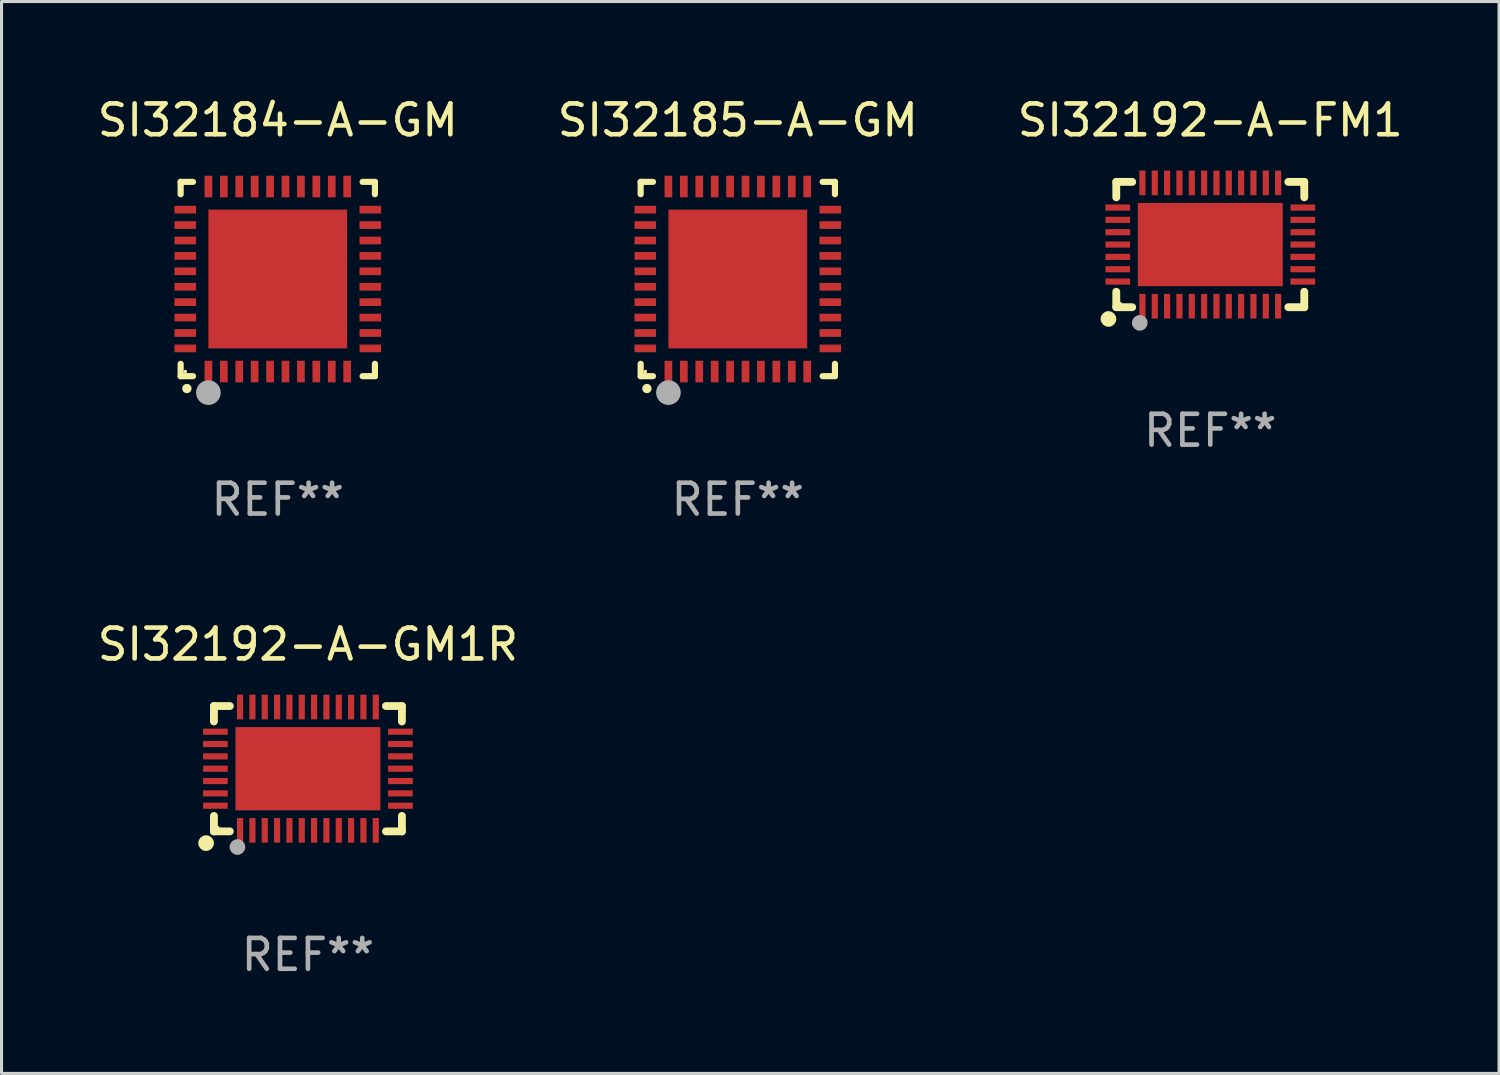
<source format=kicad_pcb>
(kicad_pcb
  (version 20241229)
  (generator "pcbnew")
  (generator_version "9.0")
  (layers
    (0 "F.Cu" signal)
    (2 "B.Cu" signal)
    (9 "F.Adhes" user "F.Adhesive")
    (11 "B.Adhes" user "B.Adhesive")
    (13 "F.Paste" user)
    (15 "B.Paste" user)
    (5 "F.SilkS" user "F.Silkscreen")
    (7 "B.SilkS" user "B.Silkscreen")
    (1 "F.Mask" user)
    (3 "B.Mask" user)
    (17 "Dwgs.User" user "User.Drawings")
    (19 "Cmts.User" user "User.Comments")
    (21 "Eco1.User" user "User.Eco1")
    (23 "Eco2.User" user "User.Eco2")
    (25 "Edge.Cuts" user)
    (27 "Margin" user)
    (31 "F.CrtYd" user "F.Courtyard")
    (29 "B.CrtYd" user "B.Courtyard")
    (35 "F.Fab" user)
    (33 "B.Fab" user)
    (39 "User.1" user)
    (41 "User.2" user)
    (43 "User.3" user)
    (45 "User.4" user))
  (footprint "SI32192-A-FM1"
    (layer "F.Cu")
    (at 36.196 4.88)
    (property "Reference" "SI32192-A-FM1" (at 0 -4.032 0) (layer "F.SilkS") (effects (font (size 1 1) (thickness 0.15))))
    (attr through_hole)
    (fp_line (start -3.048 -2.032) (end -3.048 -1.531) (stroke (width 0.254) (type solid)) (layer "F.SilkS"))
    (fp_line (start -3.048 1.531) (end -3.048 2.032) (stroke (width 0.254) (type solid)) (layer "F.SilkS"))
    (fp_line (start -3.048 2.032) (end -2.531 2.032) (stroke (width 0.254) (type solid)) (layer "F.SilkS"))
    (fp_line (start -2.531 -2.032) (end -3.048 -2.032) (stroke (width 0.254) (type solid)) (layer "F.SilkS"))
    (fp_line (start 2.531 2.032) (end 3.048 2.032) (stroke (width 0.254) (type solid)) (layer "F.SilkS"))
    (fp_line (start 3.048 -2.032) (end 2.531 -2.032) (stroke (width 0.254) (type solid)) (layer "F.SilkS"))
    (fp_line (start 3.048 -1.531) (end 3.048 -2.032) (stroke (width 0.254) (type solid)) (layer "F.SilkS"))
    (fp_line (start 3.048 2.032) (end 3.048 1.531) (stroke (width 0.254) (type solid)) (layer "F.SilkS"))
    (fp_circle (center -3.302 2.413) (end -3.175 2.413) (stroke (width 0.254) (type solid)) (fill no) (layer "F.SilkS"))
    (fp_circle (center -2.95 1.95) (end -2.9 1.95) (stroke (width 0.1) (type solid)) (fill no) (layer "F.SilkS"))
    (fp_circle (center -2.286 2.54) (end -2.159 2.54) (stroke (width 0.254) (type solid)) (fill no) (layer "F.Fab"))
    (fp_text user "REF**" (at 0 6.032 0) (layer "F.Fab") (effects (font (size 1 1) (thickness 0.15))))
    (pad "1" smd rect (at -2.2 2 90) (size 0.8 0.2) (layers "F.Cu" "F.Mask" "F.Paste"))
    (pad "2" smd rect (at -1.8 2 90) (size 0.8 0.2) (layers "F.Cu" "F.Mask" "F.Paste"))
    (pad "3" smd rect (at -1.4 2 90) (size 0.8 0.2) (layers "F.Cu" "F.Mask" "F.Paste"))
    (pad "4" smd rect (at -1 2 90) (size 0.8 0.2) (layers "F.Cu" "F.Mask" "F.Paste"))
    (pad "5" smd rect (at -0.6 2 90) (size 0.8 0.2) (layers "F.Cu" "F.Mask" "F.Paste"))
    (pad "6" smd rect (at -0.2 2 90) (size 0.8 0.2) (layers "F.Cu" "F.Mask" "F.Paste"))
    (pad "7" smd rect (at 0.2 2 90) (size 0.8 0.2) (layers "F.Cu" "F.Mask" "F.Paste"))
    (pad "8" smd rect (at 0.6 2 90) (size 0.8 0.2) (layers "F.Cu" "F.Mask" "F.Paste"))
    (pad "9" smd rect (at 1 2 90) (size 0.8 0.2) (layers "F.Cu" "F.Mask" "F.Paste"))
    (pad "10" smd rect (at 1.4 2 90) (size 0.8 0.2) (layers "F.Cu" "F.Mask" "F.Paste"))
    (pad "11" smd rect (at 1.8 2 90) (size 0.8 0.2) (layers "F.Cu" "F.Mask" "F.Paste"))
    (pad "12" smd rect (at 2.2 2 90) (size 0.8 0.2) (layers "F.Cu" "F.Mask" "F.Paste"))
    (pad "13" smd rect (at 3 1.2 180) (size 0.8 0.2) (layers "F.Cu" "F.Mask" "F.Paste"))
    (pad "14" smd rect (at 3 0.8 180) (size 0.8 0.2) (layers "F.Cu" "F.Mask" "F.Paste"))
    (pad "15" smd rect (at 3 0.4 180) (size 0.8 0.2) (layers "F.Cu" "F.Mask" "F.Paste"))
    (pad "16" smd rect (at 3 0.000076 180) (size 0.8 0.2) (layers "F.Cu" "F.Mask" "F.Paste"))
    (pad "17" smd rect (at 3 -0.4 180) (size 0.8 0.2) (layers "F.Cu" "F.Mask" "F.Paste"))
    (pad "18" smd rect (at 3 -0.8 180) (size 0.8 0.2) (layers "F.Cu" "F.Mask" "F.Paste"))
    (pad "19" smd rect (at 3 -1.2 180) (size 0.8 0.2) (layers "F.Cu" "F.Mask" "F.Paste"))
    (pad "20" smd rect (at 2.2 -2 270) (size 0.8 0.2) (layers "F.Cu" "F.Mask" "F.Paste"))
    (pad "21" smd rect (at 1.8 -2 270) (size 0.8 0.2) (layers "F.Cu" "F.Mask" "F.Paste"))
    (pad "22" smd rect (at 1.4 -2 270) (size 0.8 0.2) (layers "F.Cu" "F.Mask" "F.Paste"))
    (pad "23" smd rect (at 1 -2 270) (size 0.8 0.2) (layers "F.Cu" "F.Mask" "F.Paste"))
    (pad "24" smd rect (at 0.6 -2 270) (size 0.8 0.2) (layers "F.Cu" "F.Mask" "F.Paste"))
    (pad "25" smd rect (at 0.2 -2 270) (size 0.8 0.2) (layers "F.Cu" "F.Mask" "F.Paste"))
    (pad "26" smd rect (at -0.2 -2 270) (size 0.8 0.2) (layers "F.Cu" "F.Mask" "F.Paste"))
    (pad "27" smd rect (at -0.6 -2 270) (size 0.8 0.2) (layers "F.Cu" "F.Mask" "F.Paste"))
    (pad "28" smd rect (at -1 -2 270) (size 0.8 0.2) (layers "F.Cu" "F.Mask" "F.Paste"))
    (pad "29" smd rect (at -1.4 -2 270) (size 0.8 0.2) (layers "F.Cu" "F.Mask" "F.Paste"))
    (pad "30" smd rect (at -1.8 -2 270) (size 0.8 0.2) (layers "F.Cu" "F.Mask" "F.Paste"))
    (pad "31" smd rect (at -2.2 -2 270) (size 0.8 0.2) (layers "F.Cu" "F.Mask" "F.Paste"))
    (pad "32" smd rect (at -3 -1.2) (size 0.8 0.2) (layers "F.Cu" "F.Mask" "F.Paste"))
    (pad "33" smd rect (at -3 -0.8) (size 0.8 0.2) (layers "F.Cu" "F.Mask" "F.Paste"))
    (pad "34" smd rect (at -3 -0.4) (size 0.8 0.2) (layers "F.Cu" "F.Mask" "F.Paste"))
    (pad "35" smd rect (at -3 0.000076) (size 0.8 0.2) (layers "F.Cu" "F.Mask" "F.Paste"))
    (pad "36" smd rect (at -3 0.4) (size 0.8 0.2) (layers "F.Cu" "F.Mask" "F.Paste"))
    (pad "37" smd rect (at -3 0.8) (size 0.8 0.2) (layers "F.Cu" "F.Mask" "F.Paste"))
    (pad "38" smd rect (at -3 1.2) (size 0.8 0.2) (layers "F.Cu" "F.Mask" "F.Paste"))
    (pad "39" smd rect (at 0.000127 0.000076) (size 4.7 2.7) (layers "F.Cu" "F.Mask" "F.Paste")))
  (footprint "SI32184-A-GM"
    (layer "F.Cu")
    (at 5.958 5.998)
    (property "Reference" "SI32184-A-GM" (at 0 -5.15 0) (layer "F.SilkS") (effects (font (size 1 1) (thickness 0.15))))
    (attr through_hole)
    (fp_line (start -3.15 -3.15) (end -2.75 -3.15) (stroke (width 0.2) (type solid)) (layer "F.SilkS"))
    (fp_line (start -3.15 -2.75) (end -3.15 -3.15) (stroke (width 0.2) (type solid)) (layer "F.SilkS"))
    (fp_line (start -3.15 3.15) (end -3.15 2.75) (stroke (width 0.2) (type solid)) (layer "F.SilkS"))
    (fp_line (start -2.75 3.15) (end -3.15 3.15) (stroke (width 0.2) (type solid)) (layer "F.SilkS"))
    (fp_line (start 3.15 -3.15) (end 2.75 -3.15) (stroke (width 0.2) (type solid)) (layer "F.SilkS"))
    (fp_line (start 3.15 -2.75) (end 3.15 -3.15) (stroke (width 0.2) (type solid)) (layer "F.SilkS"))
    (fp_line (start 3.15 2.75) (end 3.15 3.15) (stroke (width 0.2) (type solid)) (layer "F.SilkS"))
    (fp_line (start 3.15 3.15) (end 2.75 3.15) (stroke (width 0.2) (type solid)) (layer "F.SilkS"))
    (fp_arc (start -2.94892 3.550927) (mid -2.94765 3.550922) (end -2.94638 3.550927) (stroke (width 0.3) (type solid)) (layer "F.SilkS"))
    (fp_circle (center -3 3) (end -2.97 3) (stroke (width 0.06) (type solid)) (fill no) (layer "F.SilkS"))
    (fp_circle (center -2.25 3.683) (end -2.05 3.683) (stroke (width 0.4) (type solid)) (fill no) (layer "F.Fab"))
    (fp_text user "REF**" (at 0 7.15 0) (layer "F.Fab") (effects (font (size 1 1) (thickness 0.15))))
    (pad "1" smd rect (at -2.25 3 180) (size 0.25 0.7) (layers "F.Cu" "F.Mask" "F.Paste"))
    (pad "2" smd rect (at -1.75 3 180) (size 0.25 0.7) (layers "F.Cu" "F.Mask" "F.Paste"))
    (pad "3" smd rect (at -1.25 3 180) (size 0.25 0.7) (layers "F.Cu" "F.Mask" "F.Paste"))
    (pad "4" smd rect (at -0.75 3 180) (size 0.25 0.7) (layers "F.Cu" "F.Mask" "F.Paste"))
    (pad "5" smd rect (at -0.25 3 180) (size 0.25 0.7) (layers "F.Cu" "F.Mask" "F.Paste"))
    (pad "6" smd rect (at 0.25 3 180) (size 0.25 0.7) (layers "F.Cu" "F.Mask" "F.Paste"))
    (pad "7" smd rect (at 0.75 3 180) (size 0.25 0.7) (layers "F.Cu" "F.Mask" "F.Paste"))
    (pad "8" smd rect (at 1.25 3 180) (size 0.25 0.7) (layers "F.Cu" "F.Mask" "F.Paste"))
    (pad "9" smd rect (at 1.75 3 180) (size 0.25 0.7) (layers "F.Cu" "F.Mask" "F.Paste"))
    (pad "10" smd rect (at 2.25 3 180) (size 0.25 0.7) (layers "F.Cu" "F.Mask" "F.Paste"))
    (pad "11" smd rect (at 3 2.25 90) (size 0.25 0.7) (layers "F.Cu" "F.Mask" "F.Paste"))
    (pad "12" smd rect (at 3 1.75 90) (size 0.25 0.7) (layers "F.Cu" "F.Mask" "F.Paste"))
    (pad "13" smd rect (at 3 1.25 90) (size 0.25 0.7) (layers "F.Cu" "F.Mask" "F.Paste"))
    (pad "14" smd rect (at 3 0.75 90) (size 0.25 0.7) (layers "F.Cu" "F.Mask" "F.Paste"))
    (pad "15" smd rect (at 3 0.25 90) (size 0.25 0.7) (layers "F.Cu" "F.Mask" "F.Paste"))
    (pad "16" smd rect (at 3 -0.25 90) (size 0.25 0.7) (layers "F.Cu" "F.Mask" "F.Paste"))
    (pad "17" smd rect (at 3 -0.75 90) (size 0.25 0.7) (layers "F.Cu" "F.Mask" "F.Paste"))
    (pad "18" smd rect (at 3 -1.25 90) (size 0.25 0.7) (layers "F.Cu" "F.Mask" "F.Paste"))
    (pad "19" smd rect (at 3 -1.75 90) (size 0.25 0.7) (layers "F.Cu" "F.Mask" "F.Paste"))
    (pad "20" smd rect (at 3 -2.25 90) (size 0.25 0.7) (layers "F.Cu" "F.Mask" "F.Paste"))
    (pad "21" smd rect (at 2.25 -3 180) (size 0.25 0.7) (layers "F.Cu" "F.Mask" "F.Paste"))
    (pad "22" smd rect (at 1.75 -3 180) (size 0.25 0.7) (layers "F.Cu" "F.Mask" "F.Paste"))
    (pad "23" smd rect (at 1.25 -3 180) (size 0.25 0.7) (layers "F.Cu" "F.Mask" "F.Paste"))
    (pad "24" smd rect (at 0.75 -3 180) (size 0.25 0.7) (layers "F.Cu" "F.Mask" "F.Paste"))
    (pad "25" smd rect (at 0.25 -3 180) (size 0.25 0.7) (layers "F.Cu" "F.Mask" "F.Paste"))
    (pad "26" smd rect (at -0.25 -3 180) (size 0.25 0.7) (layers "F.Cu" "F.Mask" "F.Paste"))
    (pad "27" smd rect (at -0.75 -3 180) (size 0.25 0.7) (layers "F.Cu" "F.Mask" "F.Paste"))
    (pad "28" smd rect (at -1.25 -3 180) (size 0.25 0.7) (layers "F.Cu" "F.Mask" "F.Paste"))
    (pad "29" smd rect (at -1.75 -3 180) (size 0.25 0.7) (layers "F.Cu" "F.Mask" "F.Paste"))
    (pad "30" smd rect (at -2.25 -3 180) (size 0.25 0.7) (layers "F.Cu" "F.Mask" "F.Paste"))
    (pad "31" smd rect (at -3 -2.25 90) (size 0.25 0.7) (layers "F.Cu" "F.Mask" "F.Paste"))
    (pad "32" smd rect (at -3 -1.75 90) (size 0.25 0.7) (layers "F.Cu" "F.Mask" "F.Paste"))
    (pad "33" smd rect (at -3 -1.25 90) (size 0.25 0.7) (layers "F.Cu" "F.Mask" "F.Paste"))
    (pad "34" smd rect (at -3 -0.75 90) (size 0.25 0.7) (layers "F.Cu" "F.Mask" "F.Paste"))
    (pad "35" smd rect (at -3 -0.25 90) (size 0.25 0.7) (layers "F.Cu" "F.Mask" "F.Paste"))
    (pad "36" smd rect (at -3 0.25 90) (size 0.25 0.7) (layers "F.Cu" "F.Mask" "F.Paste"))
    (pad "37" smd rect (at -3 0.75 90) (size 0.25 0.7) (layers "F.Cu" "F.Mask" "F.Paste"))
    (pad "38" smd rect (at -3 1.25 90) (size 0.25 0.7) (layers "F.Cu" "F.Mask" "F.Paste"))
    (pad "39" smd rect (at -3 1.75 90) (size 0.25 0.7) (layers "F.Cu" "F.Mask" "F.Paste"))
    (pad "40" smd rect (at -3 2.25 90) (size 0.25 0.7) (layers "F.Cu" "F.Mask" "F.Paste"))
    (pad "41" smd rect (at 0.000102 0.000076 90) (size 4.5 4.5) (layers "F.Cu" "F.Mask" "F.Paste")))
  (footprint "SI32192-A-GM1R"
    (layer "F.Cu")
    (at 6.935 21.877)
    (property "Reference" "SI32192-A-GM1R" (at 0 -4.032 0) (layer "F.SilkS") (effects (font (size 1 1) (thickness 0.15))))
    (attr through_hole)
    (fp_line (start -3.048 -2.032) (end -3.048 -1.531) (stroke (width 0.254) (type solid)) (layer "F.SilkS"))
    (fp_line (start -3.048 1.531) (end -3.048 2.032) (stroke (width 0.254) (type solid)) (layer "F.SilkS"))
    (fp_line (start -3.048 2.032) (end -2.531 2.032) (stroke (width 0.254) (type solid)) (layer "F.SilkS"))
    (fp_line (start -2.531 -2.032) (end -3.048 -2.032) (stroke (width 0.254) (type solid)) (layer "F.SilkS"))
    (fp_line (start 2.531 2.032) (end 3.048 2.032) (stroke (width 0.254) (type solid)) (layer "F.SilkS"))
    (fp_line (start 3.048 -2.032) (end 2.531 -2.032) (stroke (width 0.254) (type solid)) (layer "F.SilkS"))
    (fp_line (start 3.048 -1.531) (end 3.048 -2.032) (stroke (width 0.254) (type solid)) (layer "F.SilkS"))
    (fp_line (start 3.048 2.032) (end 3.048 1.531) (stroke (width 0.254) (type solid)) (layer "F.SilkS"))
    (fp_circle (center -3.302 2.413) (end -3.175 2.413) (stroke (width 0.254) (type solid)) (fill no) (layer "F.SilkS"))
    (fp_circle (center -2.95 1.95) (end -2.9 1.95) (stroke (width 0.1) (type solid)) (fill no) (layer "F.SilkS"))
    (fp_circle (center -2.286 2.54) (end -2.159 2.54) (stroke (width 0.254) (type solid)) (fill no) (layer "F.Fab"))
    (fp_text user "REF**" (at 0 6.032 0) (layer "F.Fab") (effects (font (size 1 1) (thickness 0.15))))
    (pad "1" smd rect (at -2.2 2 90) (size 0.8 0.2) (layers "F.Cu" "F.Mask" "F.Paste"))
    (pad "2" smd rect (at -1.8 2 90) (size 0.8 0.2) (layers "F.Cu" "F.Mask" "F.Paste"))
    (pad "3" smd rect (at -1.4 2 90) (size 0.8 0.2) (layers "F.Cu" "F.Mask" "F.Paste"))
    (pad "4" smd rect (at -1 2 90) (size 0.8 0.2) (layers "F.Cu" "F.Mask" "F.Paste"))
    (pad "5" smd rect (at -0.6 2 90) (size 0.8 0.2) (layers "F.Cu" "F.Mask" "F.Paste"))
    (pad "6" smd rect (at -0.2 2 90) (size 0.8 0.2) (layers "F.Cu" "F.Mask" "F.Paste"))
    (pad "7" smd rect (at 0.2 2 90) (size 0.8 0.2) (layers "F.Cu" "F.Mask" "F.Paste"))
    (pad "8" smd rect (at 0.6 2 90) (size 0.8 0.2) (layers "F.Cu" "F.Mask" "F.Paste"))
    (pad "9" smd rect (at 1 2 90) (size 0.8 0.2) (layers "F.Cu" "F.Mask" "F.Paste"))
    (pad "10" smd rect (at 1.4 2 90) (size 0.8 0.2) (layers "F.Cu" "F.Mask" "F.Paste"))
    (pad "11" smd rect (at 1.8 2 90) (size 0.8 0.2) (layers "F.Cu" "F.Mask" "F.Paste"))
    (pad "12" smd rect (at 2.2 2 90) (size 0.8 0.2) (layers "F.Cu" "F.Mask" "F.Paste"))
    (pad "13" smd rect (at 3 1.2 180) (size 0.8 0.2) (layers "F.Cu" "F.Mask" "F.Paste"))
    (pad "14" smd rect (at 3 0.8 180) (size 0.8 0.2) (layers "F.Cu" "F.Mask" "F.Paste"))
    (pad "15" smd rect (at 3 0.4 180) (size 0.8 0.2) (layers "F.Cu" "F.Mask" "F.Paste"))
    (pad "16" smd rect (at 3 0.000076 180) (size 0.8 0.2) (layers "F.Cu" "F.Mask" "F.Paste"))
    (pad "17" smd rect (at 3 -0.4 180) (size 0.8 0.2) (layers "F.Cu" "F.Mask" "F.Paste"))
    (pad "18" smd rect (at 3 -0.8 180) (size 0.8 0.2) (layers "F.Cu" "F.Mask" "F.Paste"))
    (pad "19" smd rect (at 3 -1.2 180) (size 0.8 0.2) (layers "F.Cu" "F.Mask" "F.Paste"))
    (pad "20" smd rect (at 2.2 -2 270) (size 0.8 0.2) (layers "F.Cu" "F.Mask" "F.Paste"))
    (pad "21" smd rect (at 1.8 -2 270) (size 0.8 0.2) (layers "F.Cu" "F.Mask" "F.Paste"))
    (pad "22" smd rect (at 1.4 -2 270) (size 0.8 0.2) (layers "F.Cu" "F.Mask" "F.Paste"))
    (pad "23" smd rect (at 1 -2 270) (size 0.8 0.2) (layers "F.Cu" "F.Mask" "F.Paste"))
    (pad "24" smd rect (at 0.6 -2 270) (size 0.8 0.2) (layers "F.Cu" "F.Mask" "F.Paste"))
    (pad "25" smd rect (at 0.2 -2 270) (size 0.8 0.2) (layers "F.Cu" "F.Mask" "F.Paste"))
    (pad "26" smd rect (at -0.2 -2 270) (size 0.8 0.2) (layers "F.Cu" "F.Mask" "F.Paste"))
    (pad "27" smd rect (at -0.6 -2 270) (size 0.8 0.2) (layers "F.Cu" "F.Mask" "F.Paste"))
    (pad "28" smd rect (at -1 -2 270) (size 0.8 0.2) (layers "F.Cu" "F.Mask" "F.Paste"))
    (pad "29" smd rect (at -1.4 -2 270) (size 0.8 0.2) (layers "F.Cu" "F.Mask" "F.Paste"))
    (pad "30" smd rect (at -1.8 -2 270) (size 0.8 0.2) (layers "F.Cu" "F.Mask" "F.Paste"))
    (pad "31" smd rect (at -2.2 -2 270) (size 0.8 0.2) (layers "F.Cu" "F.Mask" "F.Paste"))
    (pad "32" smd rect (at -3 -1.2) (size 0.8 0.2) (layers "F.Cu" "F.Mask" "F.Paste"))
    (pad "33" smd rect (at -3 -0.8) (size 0.8 0.2) (layers "F.Cu" "F.Mask" "F.Paste"))
    (pad "34" smd rect (at -3 -0.4) (size 0.8 0.2) (layers "F.Cu" "F.Mask" "F.Paste"))
    (pad "35" smd rect (at -3 0.000076) (size 0.8 0.2) (layers "F.Cu" "F.Mask" "F.Paste"))
    (pad "36" smd rect (at -3 0.4) (size 0.8 0.2) (layers "F.Cu" "F.Mask" "F.Paste"))
    (pad "37" smd rect (at -3 0.8) (size 0.8 0.2) (layers "F.Cu" "F.Mask" "F.Paste"))
    (pad "38" smd rect (at -3 1.2) (size 0.8 0.2) (layers "F.Cu" "F.Mask" "F.Paste"))
    (pad "39" smd rect (at 0.000127 0.000076) (size 4.7 2.7) (layers "F.Cu" "F.Mask" "F.Paste")))
  (footprint "SI32185-A-GM"
    (layer "F.Cu")
    (at 20.875 5.998)
    (property "Reference" "SI32185-A-GM" (at 0 -5.15 0) (layer "F.SilkS") (effects (font (size 1 1) (thickness 0.15))))
    (attr through_hole)
    (fp_line (start -3.15 -3.15) (end -2.75 -3.15) (stroke (width 0.2) (type solid)) (layer "F.SilkS"))
    (fp_line (start -3.15 -2.75) (end -3.15 -3.15) (stroke (width 0.2) (type solid)) (layer "F.SilkS"))
    (fp_line (start -3.15 3.15) (end -3.15 2.75) (stroke (width 0.2) (type solid)) (layer "F.SilkS"))
    (fp_line (start -2.75 3.15) (end -3.15 3.15) (stroke (width 0.2) (type solid)) (layer "F.SilkS"))
    (fp_line (start 3.15 -3.15) (end 2.75 -3.15) (stroke (width 0.2) (type solid)) (layer "F.SilkS"))
    (fp_line (start 3.15 -2.75) (end 3.15 -3.15) (stroke (width 0.2) (type solid)) (layer "F.SilkS"))
    (fp_line (start 3.15 2.75) (end 3.15 3.15) (stroke (width 0.2) (type solid)) (layer "F.SilkS"))
    (fp_line (start 3.15 3.15) (end 2.75 3.15) (stroke (width 0.2) (type solid)) (layer "F.SilkS"))
    (fp_arc (start -2.94892 3.550927) (mid -2.94765 3.550922) (end -2.94638 3.550927) (stroke (width 0.3) (type solid)) (layer "F.SilkS"))
    (fp_circle (center -3 3) (end -2.97 3) (stroke (width 0.06) (type solid)) (fill no) (layer "F.SilkS"))
    (fp_circle (center -2.25 3.683) (end -2.05 3.683) (stroke (width 0.4) (type solid)) (fill no) (layer "F.Fab"))
    (fp_text user "REF**" (at 0 7.15 0) (layer "F.Fab") (effects (font (size 1 1) (thickness 0.15))))
    (pad "1" smd rect (at -2.25 3 180) (size 0.25 0.7) (layers "F.Cu" "F.Mask" "F.Paste"))
    (pad "2" smd rect (at -1.75 3 180) (size 0.25 0.7) (layers "F.Cu" "F.Mask" "F.Paste"))
    (pad "3" smd rect (at -1.25 3 180) (size 0.25 0.7) (layers "F.Cu" "F.Mask" "F.Paste"))
    (pad "4" smd rect (at -0.75 3 180) (size 0.25 0.7) (layers "F.Cu" "F.Mask" "F.Paste"))
    (pad "5" smd rect (at -0.25 3 180) (size 0.25 0.7) (layers "F.Cu" "F.Mask" "F.Paste"))
    (pad "6" smd rect (at 0.25 3 180) (size 0.25 0.7) (layers "F.Cu" "F.Mask" "F.Paste"))
    (pad "7" smd rect (at 0.75 3 180) (size 0.25 0.7) (layers "F.Cu" "F.Mask" "F.Paste"))
    (pad "8" smd rect (at 1.25 3 180) (size 0.25 0.7) (layers "F.Cu" "F.Mask" "F.Paste"))
    (pad "9" smd rect (at 1.75 3 180) (size 0.25 0.7) (layers "F.Cu" "F.Mask" "F.Paste"))
    (pad "10" smd rect (at 2.25 3 180) (size 0.25 0.7) (layers "F.Cu" "F.Mask" "F.Paste"))
    (pad "11" smd rect (at 3 2.25 90) (size 0.25 0.7) (layers "F.Cu" "F.Mask" "F.Paste"))
    (pad "12" smd rect (at 3 1.75 90) (size 0.25 0.7) (layers "F.Cu" "F.Mask" "F.Paste"))
    (pad "13" smd rect (at 3 1.25 90) (size 0.25 0.7) (layers "F.Cu" "F.Mask" "F.Paste"))
    (pad "14" smd rect (at 3 0.75 90) (size 0.25 0.7) (layers "F.Cu" "F.Mask" "F.Paste"))
    (pad "15" smd rect (at 3 0.25 90) (size 0.25 0.7) (layers "F.Cu" "F.Mask" "F.Paste"))
    (pad "16" smd rect (at 3 -0.25 90) (size 0.25 0.7) (layers "F.Cu" "F.Mask" "F.Paste"))
    (pad "17" smd rect (at 3 -0.75 90) (size 0.25 0.7) (layers "F.Cu" "F.Mask" "F.Paste"))
    (pad "18" smd rect (at 3 -1.25 90) (size 0.25 0.7) (layers "F.Cu" "F.Mask" "F.Paste"))
    (pad "19" smd rect (at 3 -1.75 90) (size 0.25 0.7) (layers "F.Cu" "F.Mask" "F.Paste"))
    (pad "20" smd rect (at 3 -2.25 90) (size 0.25 0.7) (layers "F.Cu" "F.Mask" "F.Paste"))
    (pad "21" smd rect (at 2.25 -3 180) (size 0.25 0.7) (layers "F.Cu" "F.Mask" "F.Paste"))
    (pad "22" smd rect (at 1.75 -3 180) (size 0.25 0.7) (layers "F.Cu" "F.Mask" "F.Paste"))
    (pad "23" smd rect (at 1.25 -3 180) (size 0.25 0.7) (layers "F.Cu" "F.Mask" "F.Paste"))
    (pad "24" smd rect (at 0.75 -3 180) (size 0.25 0.7) (layers "F.Cu" "F.Mask" "F.Paste"))
    (pad "25" smd rect (at 0.25 -3 180) (size 0.25 0.7) (layers "F.Cu" "F.Mask" "F.Paste"))
    (pad "26" smd rect (at -0.25 -3 180) (size 0.25 0.7) (layers "F.Cu" "F.Mask" "F.Paste"))
    (pad "27" smd rect (at -0.75 -3 180) (size 0.25 0.7) (layers "F.Cu" "F.Mask" "F.Paste"))
    (pad "28" smd rect (at -1.25 -3 180) (size 0.25 0.7) (layers "F.Cu" "F.Mask" "F.Paste"))
    (pad "29" smd rect (at -1.75 -3 180) (size 0.25 0.7) (layers "F.Cu" "F.Mask" "F.Paste"))
    (pad "30" smd rect (at -2.25 -3 180) (size 0.25 0.7) (layers "F.Cu" "F.Mask" "F.Paste"))
    (pad "31" smd rect (at -3 -2.25 90) (size 0.25 0.7) (layers "F.Cu" "F.Mask" "F.Paste"))
    (pad "32" smd rect (at -3 -1.75 90) (size 0.25 0.7) (layers "F.Cu" "F.Mask" "F.Paste"))
    (pad "33" smd rect (at -3 -1.25 90) (size 0.25 0.7) (layers "F.Cu" "F.Mask" "F.Paste"))
    (pad "34" smd rect (at -3 -0.75 90) (size 0.25 0.7) (layers "F.Cu" "F.Mask" "F.Paste"))
    (pad "35" smd rect (at -3 -0.25 90) (size 0.25 0.7) (layers "F.Cu" "F.Mask" "F.Paste"))
    (pad "36" smd rect (at -3 0.25 90) (size 0.25 0.7) (layers "F.Cu" "F.Mask" "F.Paste"))
    (pad "37" smd rect (at -3 0.75 90) (size 0.25 0.7) (layers "F.Cu" "F.Mask" "F.Paste"))
    (pad "38" smd rect (at -3 1.25 90) (size 0.25 0.7) (layers "F.Cu" "F.Mask" "F.Paste"))
    (pad "39" smd rect (at -3 1.75 90) (size 0.25 0.7) (layers "F.Cu" "F.Mask" "F.Paste"))
    (pad "40" smd rect (at -3 2.25 90) (size 0.25 0.7) (layers "F.Cu" "F.Mask" "F.Paste"))
    (pad "41" smd rect (at 0.000102 0.000076 90) (size 4.5 4.5) (layers "F.Cu" "F.Mask" "F.Paste")))
  (gr_rect
    (start -3 -3)
    (end 45.56 31.757)
    (stroke (width 0.1) (type default))
    (fill no)
    (layer "Edge.Cuts")))
</source>
